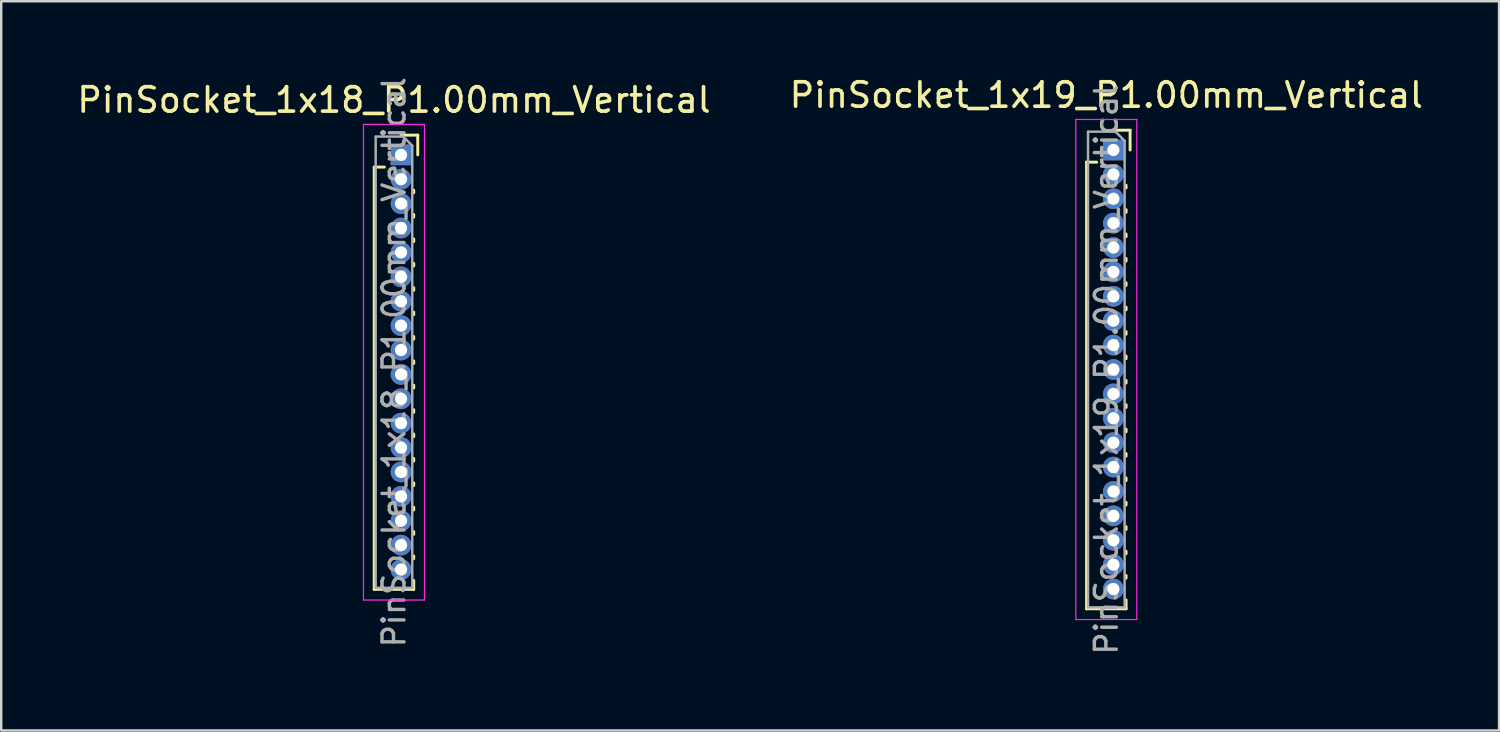
<source format=kicad_pcb>
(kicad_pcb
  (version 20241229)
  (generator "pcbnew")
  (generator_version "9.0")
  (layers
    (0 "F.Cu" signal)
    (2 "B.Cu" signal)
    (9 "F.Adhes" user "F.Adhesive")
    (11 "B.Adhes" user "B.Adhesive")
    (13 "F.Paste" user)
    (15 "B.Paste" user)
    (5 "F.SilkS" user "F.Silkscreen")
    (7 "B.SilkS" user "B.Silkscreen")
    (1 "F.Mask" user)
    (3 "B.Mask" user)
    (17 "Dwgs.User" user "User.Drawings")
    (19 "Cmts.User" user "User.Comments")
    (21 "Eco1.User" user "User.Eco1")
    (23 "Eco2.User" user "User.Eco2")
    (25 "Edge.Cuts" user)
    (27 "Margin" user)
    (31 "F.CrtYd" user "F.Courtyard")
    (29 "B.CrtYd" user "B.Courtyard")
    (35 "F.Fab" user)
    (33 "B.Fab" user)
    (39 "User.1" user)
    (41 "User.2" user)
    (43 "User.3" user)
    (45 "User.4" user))
  (footprint "PinSocket_1x19_P1.00mm_Vertical"
    (layer "F.Cu")
    (at 42.594 3.098)
    (property "Reference" "PinSocket_1x19_P1.00mm_Vertical" (at -0.29 -2.25 0) (layer "F.SilkS") (effects (font (size 1 1) (thickness 0.15))))
    (attr through_hole)
    (fp_line (start -1.1 0.5) (end -1.1 18.81) (stroke (width 0.12) (type solid)) (layer "F.SilkS"))
    (fp_line (start -1.1 0.5) (end -0.685 0.5) (stroke (width 0.12) (type solid)) (layer "F.SilkS"))
    (fp_line (start -1.1 18.81) (end 0.52 18.81) (stroke (width 0.12) (type solid)) (layer "F.SilkS"))
    (fp_line (start 0 -0.81) (end 0.685 -0.81) (stroke (width 0.12) (type solid)) (layer "F.SilkS"))
    (fp_line (start 0.52 1.446) (end 0.52 1.554) (stroke (width 0.12) (type solid)) (layer "F.SilkS"))
    (fp_line (start 0.52 2.446) (end 0.52 2.554) (stroke (width 0.12) (type solid)) (layer "F.SilkS"))
    (fp_line (start 0.52 3.446) (end 0.52 3.554) (stroke (width 0.12) (type solid)) (layer "F.SilkS"))
    (fp_line (start 0.52 4.446) (end 0.52 4.554) (stroke (width 0.12) (type solid)) (layer "F.SilkS"))
    (fp_line (start 0.52 5.446) (end 0.52 5.554) (stroke (width 0.12) (type solid)) (layer "F.SilkS"))
    (fp_line (start 0.52 6.446) (end 0.52 6.554) (stroke (width 0.12) (type solid)) (layer "F.SilkS"))
    (fp_line (start 0.52 7.446) (end 0.52 7.554) (stroke (width 0.12) (type solid)) (layer "F.SilkS"))
    (fp_line (start 0.52 8.446) (end 0.52 8.554) (stroke (width 0.12) (type solid)) (layer "F.SilkS"))
    (fp_line (start 0.52 9.446) (end 0.52 9.554) (stroke (width 0.12) (type solid)) (layer "F.SilkS"))
    (fp_line (start 0.52 10.446) (end 0.52 10.554) (stroke (width 0.12) (type solid)) (layer "F.SilkS"))
    (fp_line (start 0.52 11.446) (end 0.52 11.554) (stroke (width 0.12) (type solid)) (layer "F.SilkS"))
    (fp_line (start 0.52 12.446) (end 0.52 12.554) (stroke (width 0.12) (type solid)) (layer "F.SilkS"))
    (fp_line (start 0.52 13.446) (end 0.52 13.554) (stroke (width 0.12) (type solid)) (layer "F.SilkS"))
    (fp_line (start 0.52 14.446) (end 0.52 14.554) (stroke (width 0.12) (type solid)) (layer "F.SilkS"))
    (fp_line (start 0.52 15.446) (end 0.52 15.554) (stroke (width 0.12) (type solid)) (layer "F.SilkS"))
    (fp_line (start 0.52 16.446) (end 0.52 16.554) (stroke (width 0.12) (type solid)) (layer "F.SilkS"))
    (fp_line (start 0.52 17.446) (end 0.52 17.554) (stroke (width 0.12) (type solid)) (layer "F.SilkS"))
    (fp_line (start 0.52 18.446) (end 0.52 18.81) (stroke (width 0.12) (type solid)) (layer "F.SilkS"))
    (fp_line (start 0.685 -0.81) (end 0.685 0) (stroke (width 0.12) (type solid)) (layer "F.SilkS"))
    (fp_line (start -1.54 -1.25) (end 0.96 -1.25) (stroke (width 0.05) (type solid)) (layer "F.CrtYd"))
    (fp_line (start -1.54 19.25) (end -1.54 -1.25) (stroke (width 0.05) (type solid)) (layer "F.CrtYd"))
    (fp_line (start 0.96 -1.25) (end 0.96 19.25) (stroke (width 0.05) (type solid)) (layer "F.CrtYd"))
    (fp_line (start 0.96 19.25) (end -1.54 19.25) (stroke (width 0.05) (type solid)) (layer "F.CrtYd"))
    (fp_line (start -1.04 -0.75) (end 0.085 -0.75) (stroke (width 0.1) (type solid)) (layer "F.Fab"))
    (fp_line (start -1.04 18.75) (end -1.04 -0.75) (stroke (width 0.1) (type solid)) (layer "F.Fab"))
    (fp_line (start 0.085 -0.75) (end 0.46 -0.375) (stroke (width 0.1) (type solid)) (layer "F.Fab"))
    (fp_line (start 0.46 -0.375) (end 0.46 18.75) (stroke (width 0.1) (type solid)) (layer "F.Fab"))
    (fp_line (start 0.46 18.75) (end -1.04 18.75) (stroke (width 0.1) (type solid)) (layer "F.Fab"))
    (fp_text user "${REFERENCE}" (at -0.29 9 90) (layer "F.Fab") (effects (font (size 0.9 0.9) (thickness 0.14))))
    (pad "1" thru_hole rect (at 0 0) (size 0.85 0.85) (drill 0.5) (layers "*.Cu" "*.Mask"))
    (pad "2" thru_hole circle (at 0 1) (size 0.85 0.85) (drill 0.5) (layers "*.Cu" "*.Mask"))
    (pad "3" thru_hole circle (at 0 2) (size 0.85 0.85) (drill 0.5) (layers "*.Cu" "*.Mask"))
    (pad "4" thru_hole circle (at 0 3) (size 0.85 0.85) (drill 0.5) (layers "*.Cu" "*.Mask"))
    (pad "5" thru_hole circle (at 0 4) (size 0.85 0.85) (drill 0.5) (layers "*.Cu" "*.Mask"))
    (pad "6" thru_hole circle (at 0 5) (size 0.85 0.85) (drill 0.5) (layers "*.Cu" "*.Mask"))
    (pad "7" thru_hole circle (at 0 6) (size 0.85 0.85) (drill 0.5) (layers "*.Cu" "*.Mask"))
    (pad "8" thru_hole circle (at 0 7) (size 0.85 0.85) (drill 0.5) (layers "*.Cu" "*.Mask"))
    (pad "9" thru_hole circle (at 0 8) (size 0.85 0.85) (drill 0.5) (layers "*.Cu" "*.Mask"))
    (pad "10" thru_hole circle (at 0 9) (size 0.85 0.85) (drill 0.5) (layers "*.Cu" "*.Mask"))
    (pad "11" thru_hole circle (at 0 10) (size 0.85 0.85) (drill 0.5) (layers "*.Cu" "*.Mask"))
    (pad "12" thru_hole circle (at 0 11) (size 0.85 0.85) (drill 0.5) (layers "*.Cu" "*.Mask"))
    (pad "13" thru_hole circle (at 0 12) (size 0.85 0.85) (drill 0.5) (layers "*.Cu" "*.Mask"))
    (pad "14" thru_hole circle (at 0 13) (size 0.85 0.85) (drill 0.5) (layers "*.Cu" "*.Mask"))
    (pad "15" thru_hole circle (at 0 14) (size 0.85 0.85) (drill 0.5) (layers "*.Cu" "*.Mask"))
    (pad "16" thru_hole circle (at 0 15) (size 0.85 0.85) (drill 0.5) (layers "*.Cu" "*.Mask"))
    (pad "17" thru_hole circle (at 0 16) (size 0.85 0.85) (drill 0.5) (layers "*.Cu" "*.Mask"))
    (pad "18" thru_hole circle (at 0 17) (size 0.85 0.85) (drill 0.5) (layers "*.Cu" "*.Mask"))
    (pad "19" thru_hole circle (at 0 18) (size 0.85 0.85) (drill 0.5) (layers "*.Cu" "*.Mask")))
  (footprint "PinSocket_1x18_P1.00mm_Vertical"
    (layer "F.Cu")
    (at 13.391 3.299)
    (property "Reference" "PinSocket_1x18_P1.00mm_Vertical" (at -0.29 -2.25 0) (layer "F.SilkS") (effects (font (size 1 1) (thickness 0.15))))
    (attr through_hole)
    (fp_line (start -1.1 0.5) (end -1.1 17.81) (stroke (width 0.12) (type solid)) (layer "F.SilkS"))
    (fp_line (start -1.1 0.5) (end -0.685 0.5) (stroke (width 0.12) (type solid)) (layer "F.SilkS"))
    (fp_line (start -1.1 17.81) (end 0.52 17.81) (stroke (width 0.12) (type solid)) (layer "F.SilkS"))
    (fp_line (start 0 -0.81) (end 0.685 -0.81) (stroke (width 0.12) (type solid)) (layer "F.SilkS"))
    (fp_line (start 0.52 1.446) (end 0.52 1.554) (stroke (width 0.12) (type solid)) (layer "F.SilkS"))
    (fp_line (start 0.52 2.446) (end 0.52 2.554) (stroke (width 0.12) (type solid)) (layer "F.SilkS"))
    (fp_line (start 0.52 3.446) (end 0.52 3.554) (stroke (width 0.12) (type solid)) (layer "F.SilkS"))
    (fp_line (start 0.52 4.446) (end 0.52 4.554) (stroke (width 0.12) (type solid)) (layer "F.SilkS"))
    (fp_line (start 0.52 5.446) (end 0.52 5.554) (stroke (width 0.12) (type solid)) (layer "F.SilkS"))
    (fp_line (start 0.52 6.446) (end 0.52 6.554) (stroke (width 0.12) (type solid)) (layer "F.SilkS"))
    (fp_line (start 0.52 7.446) (end 0.52 7.554) (stroke (width 0.12) (type solid)) (layer "F.SilkS"))
    (fp_line (start 0.52 8.446) (end 0.52 8.554) (stroke (width 0.12) (type solid)) (layer "F.SilkS"))
    (fp_line (start 0.52 9.446) (end 0.52 9.554) (stroke (width 0.12) (type solid)) (layer "F.SilkS"))
    (fp_line (start 0.52 10.446) (end 0.52 10.554) (stroke (width 0.12) (type solid)) (layer "F.SilkS"))
    (fp_line (start 0.52 11.446) (end 0.52 11.554) (stroke (width 0.12) (type solid)) (layer "F.SilkS"))
    (fp_line (start 0.52 12.446) (end 0.52 12.554) (stroke (width 0.12) (type solid)) (layer "F.SilkS"))
    (fp_line (start 0.52 13.446) (end 0.52 13.554) (stroke (width 0.12) (type solid)) (layer "F.SilkS"))
    (fp_line (start 0.52 14.446) (end 0.52 14.554) (stroke (width 0.12) (type solid)) (layer "F.SilkS"))
    (fp_line (start 0.52 15.446) (end 0.52 15.554) (stroke (width 0.12) (type solid)) (layer "F.SilkS"))
    (fp_line (start 0.52 16.446) (end 0.52 16.554) (stroke (width 0.12) (type solid)) (layer "F.SilkS"))
    (fp_line (start 0.52 17.446) (end 0.52 17.81) (stroke (width 0.12) (type solid)) (layer "F.SilkS"))
    (fp_line (start 0.685 -0.81) (end 0.685 0) (stroke (width 0.12) (type solid)) (layer "F.SilkS"))
    (fp_line (start -1.54 -1.25) (end 0.96 -1.25) (stroke (width 0.05) (type solid)) (layer "F.CrtYd"))
    (fp_line (start -1.54 18.25) (end -1.54 -1.25) (stroke (width 0.05) (type solid)) (layer "F.CrtYd"))
    (fp_line (start 0.96 -1.25) (end 0.96 18.25) (stroke (width 0.05) (type solid)) (layer "F.CrtYd"))
    (fp_line (start 0.96 18.25) (end -1.54 18.25) (stroke (width 0.05) (type solid)) (layer "F.CrtYd"))
    (fp_line (start -1.04 -0.75) (end 0.085 -0.75) (stroke (width 0.1) (type solid)) (layer "F.Fab"))
    (fp_line (start -1.04 17.75) (end -1.04 -0.75) (stroke (width 0.1) (type solid)) (layer "F.Fab"))
    (fp_line (start 0.085 -0.75) (end 0.46 -0.375) (stroke (width 0.1) (type solid)) (layer "F.Fab"))
    (fp_line (start 0.46 -0.375) (end 0.46 17.75) (stroke (width 0.1) (type solid)) (layer "F.Fab"))
    (fp_line (start 0.46 17.75) (end -1.04 17.75) (stroke (width 0.1) (type solid)) (layer "F.Fab"))
    (fp_text user "${REFERENCE}" (at -0.29 8.5 90) (layer "F.Fab") (effects (font (size 0.9 0.9) (thickness 0.14))))
    (pad "1" thru_hole rect (at 0 0) (size 0.85 0.85) (drill 0.5) (layers "*.Cu" "*.Mask"))
    (pad "2" thru_hole circle (at 0 1) (size 0.85 0.85) (drill 0.5) (layers "*.Cu" "*.Mask"))
    (pad "3" thru_hole circle (at 0 2) (size 0.85 0.85) (drill 0.5) (layers "*.Cu" "*.Mask"))
    (pad "4" thru_hole circle (at 0 3) (size 0.85 0.85) (drill 0.5) (layers "*.Cu" "*.Mask"))
    (pad "5" thru_hole circle (at 0 4) (size 0.85 0.85) (drill 0.5) (layers "*.Cu" "*.Mask"))
    (pad "6" thru_hole circle (at 0 5) (size 0.85 0.85) (drill 0.5) (layers "*.Cu" "*.Mask"))
    (pad "7" thru_hole circle (at 0 6) (size 0.85 0.85) (drill 0.5) (layers "*.Cu" "*.Mask"))
    (pad "8" thru_hole circle (at 0 7) (size 0.85 0.85) (drill 0.5) (layers "*.Cu" "*.Mask"))
    (pad "9" thru_hole circle (at 0 8) (size 0.85 0.85) (drill 0.5) (layers "*.Cu" "*.Mask"))
    (pad "10" thru_hole circle (at 0 9) (size 0.85 0.85) (drill 0.5) (layers "*.Cu" "*.Mask"))
    (pad "11" thru_hole circle (at 0 10) (size 0.85 0.85) (drill 0.5) (layers "*.Cu" "*.Mask"))
    (pad "12" thru_hole circle (at 0 11) (size 0.85 0.85) (drill 0.5) (layers "*.Cu" "*.Mask"))
    (pad "13" thru_hole circle (at 0 12) (size 0.85 0.85) (drill 0.5) (layers "*.Cu" "*.Mask"))
    (pad "14" thru_hole circle (at 0 13) (size 0.85 0.85) (drill 0.5) (layers "*.Cu" "*.Mask"))
    (pad "15" thru_hole circle (at 0 14) (size 0.85 0.85) (drill 0.5) (layers "*.Cu" "*.Mask"))
    (pad "16" thru_hole circle (at 0 15) (size 0.85 0.85) (drill 0.5) (layers "*.Cu" "*.Mask"))
    (pad "17" thru_hole circle (at 0 16) (size 0.85 0.85) (drill 0.5) (layers "*.Cu" "*.Mask"))
    (pad "18" thru_hole circle (at 0 17) (size 0.85 0.85) (drill 0.5) (layers "*.Cu" "*.Mask")))
  (gr_rect
    (start -3 -3)
    (end 58.405 26.897)
    (stroke (width 0.1) (type default))
    (fill no)
    (layer "Edge.Cuts")))
</source>
